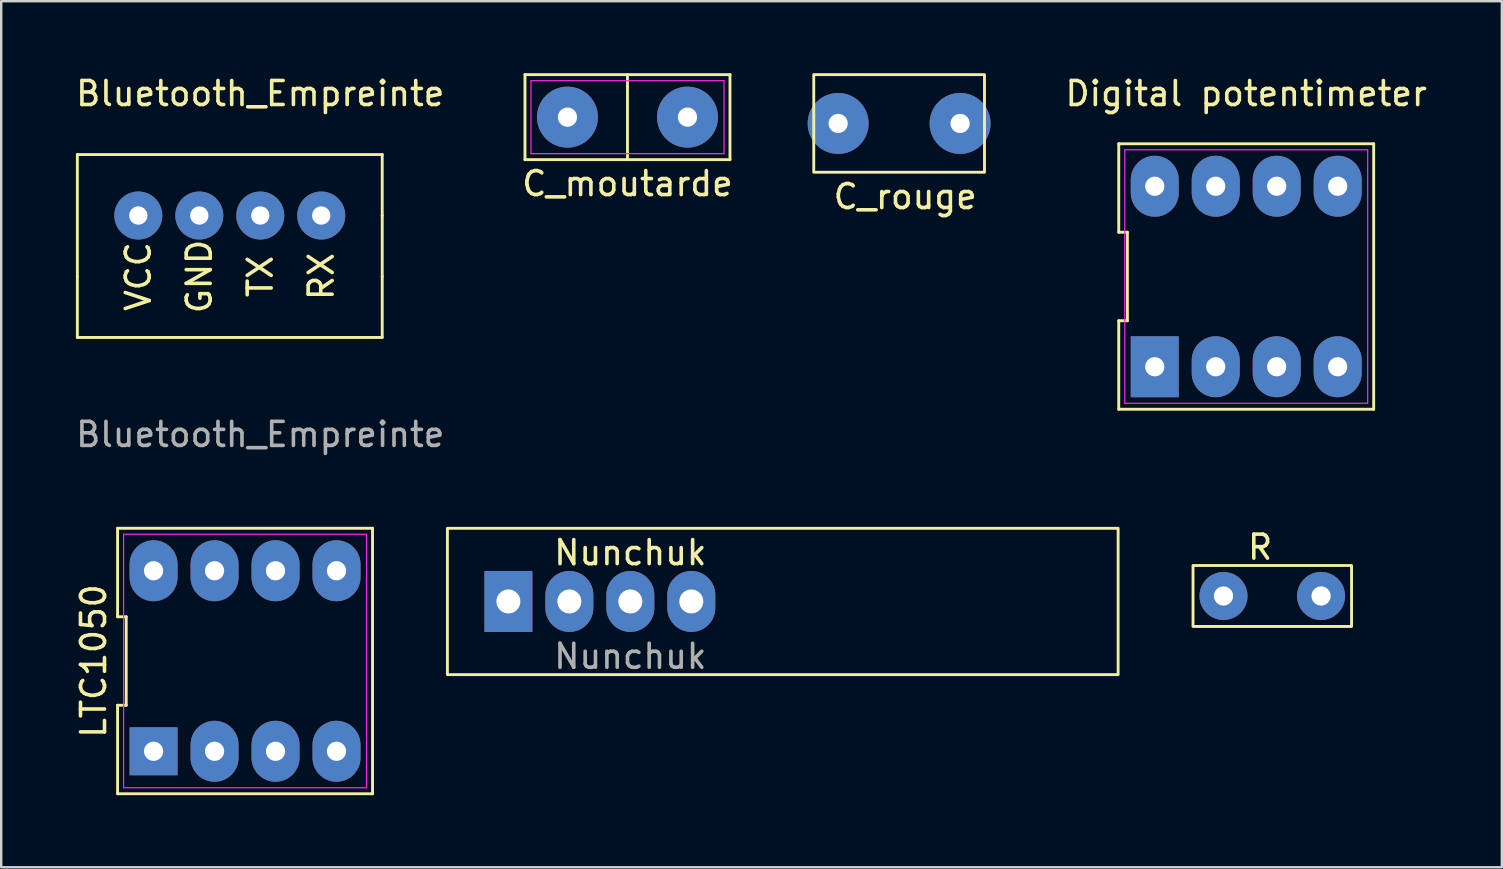
<source format=kicad_pcb>
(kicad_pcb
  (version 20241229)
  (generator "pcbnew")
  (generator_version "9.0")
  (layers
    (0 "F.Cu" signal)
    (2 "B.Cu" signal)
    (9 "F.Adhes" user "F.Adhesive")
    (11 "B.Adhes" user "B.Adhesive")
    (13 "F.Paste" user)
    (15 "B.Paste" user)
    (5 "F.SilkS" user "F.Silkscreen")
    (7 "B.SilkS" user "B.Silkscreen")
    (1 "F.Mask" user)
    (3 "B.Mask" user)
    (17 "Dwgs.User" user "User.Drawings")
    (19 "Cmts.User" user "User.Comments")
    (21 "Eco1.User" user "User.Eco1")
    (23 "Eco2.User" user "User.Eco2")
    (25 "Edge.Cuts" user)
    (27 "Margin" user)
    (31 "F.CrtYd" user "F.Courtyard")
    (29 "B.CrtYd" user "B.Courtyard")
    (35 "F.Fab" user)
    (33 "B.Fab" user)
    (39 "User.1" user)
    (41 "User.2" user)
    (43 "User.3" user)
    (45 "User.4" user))
  (footprint "Digital potentimeter"
    (layer "F.Cu")
    (at 48.864 8.468)
    (property "Reference" "Digital potentimeter" (at 0 -7.62 180) (layer "F.SilkS") (effects (font (size 1 1) (thickness 0.15))))
    (fp_line (start -5.31 -5.53) (end -5.31 -1.843) (stroke (width 0.12) (type solid)) (layer "F.SilkS"))
    (fp_line (start -5.31 -1.843) (end -4.95 -1.843) (stroke (width 0.12) (type solid)) (layer "F.SilkS"))
    (fp_line (start -5.31 1.843) (end -5.31 5.53) (stroke (width 0.12) (type solid)) (layer "F.SilkS"))
    (fp_line (start -5.31 5.53) (end 5.31 5.53) (stroke (width 0.12) (type solid)) (layer "F.SilkS"))
    (fp_line (start -4.95 -1.843) (end -4.95 1.843) (stroke (width 0.12) (type solid)) (layer "F.SilkS"))
    (fp_line (start -4.95 1.843) (end -5.31 1.843) (stroke (width 0.12) (type solid)) (layer "F.SilkS"))
    (fp_line (start 5.31 -5.53) (end -5.31 -5.53) (stroke (width 0.12) (type solid)) (layer "F.SilkS"))
    (fp_line (start 5.31 5.53) (end 5.31 -5.53) (stroke (width 0.12) (type solid)) (layer "F.SilkS"))
    (fp_line (start -5.06 -5.28) (end 5.06 -5.28) (stroke (width 0.05) (type solid)) (layer "F.CrtYd"))
    (fp_line (start -5.06 5.28) (end -5.06 -5.28) (stroke (width 0.05) (type solid)) (layer "F.CrtYd"))
    (fp_line (start 5.06 -5.28) (end 5.06 5.28) (stroke (width 0.05) (type solid)) (layer "F.CrtYd"))
    (fp_line (start 5.06 5.28) (end -5.06 5.28) (stroke (width 0.05) (type solid)) (layer "F.CrtYd"))
    (pad "1" thru_hole rect (at -3.81 3.76) (size 2 2.54) (drill 0.8) (layers "*.Cu" "*.Mask"))
    (pad "2" thru_hole oval (at -1.27 3.76) (size 2 2.54) (drill 0.8) (layers "*.Cu" "*.Mask"))
    (pad "3" thru_hole oval (at 1.27 3.76) (size 2 2.54) (drill 0.8) (layers "*.Cu" "*.Mask"))
    (pad "4" thru_hole oval (at 3.81 3.76) (size 2 2.54) (drill 0.8) (layers "*.Cu" "*.Mask"))
    (pad "5" thru_hole oval (at 3.81 -3.76) (size 2 2.54) (drill 0.8) (layers "*.Cu" "*.Mask"))
    (pad "6" thru_hole oval (at 1.27 -3.76) (size 2 2.54) (drill 0.8) (layers "*.Cu" "*.Mask"))
    (pad "7" thru_hole oval (at -1.27 -3.76) (size 2 2.54) (drill 0.8) (layers "*.Cu" "*.Mask"))
    (pad "8" thru_hole oval (at -3.81 -3.76) (size 2 2.54) (drill 0.8) (layers "*.Cu" "*.Mask")))
  (footprint "Nunchuk"
    (layer "F.Cu")
    (at 23.208 22.005)
    (property "Reference" "Nunchuk" (at 0 -2.032 0) (unlocked yes) (layer "F.SilkS") (effects (font (size 1 1) (thickness 0.15))))
    (attr through_hole)
    (fp_rect (start -7.62 -3.048) (end 20.32 3.048) (stroke (width 0.12) (type solid)) (fill no) (layer "F.SilkS"))
    (fp_text user "${REFERENCE}" (at 0 2.286 0) (unlocked yes) (layer "F.Fab") (effects (font (size 1 1) (thickness 0.15))))
    (pad "1" thru_hole rect (at -5.08 0) (size 2 2.54) (drill 1) (layers "*.Cu" "*.Mask"))
    (pad "2" thru_hole oval (at -2.54 0) (size 2 2.54) (drill 1) (layers "*.Cu" "*.Mask"))
    (pad "3" thru_hole oval (at 0 0) (size 2 2.54) (drill 1) (layers "*.Cu" "*.Mask"))
    (pad "4" thru_hole oval (at 2.54 0) (size 2 2.54) (drill 1) (layers "*.Cu" "*.Mask")))
  (footprint "C_rouge"
    (layer "F.Cu")
    (at 34.405 2.092)
    (property "Reference" "C_rouge" (at 0.254 3.048 0) (layer "F.SilkS") (effects (font (size 1 1) (thickness 0.15))))
    (fp_rect (start -3.556 -2.032) (end 3.556 2.032) (stroke (width 0.12) (type solid)) (fill no) (layer "F.SilkS"))
    (pad "1" thru_hole circle (at -2.54 0) (size 2.54 2.54) (drill 0.8) (layers "*.Cu" "*.Mask"))
    (pad "2" thru_hole circle (at 2.54 0) (size 2.54 2.54) (drill 0.8) (layers "*.Cu" "*.Mask")))
  (footprint "C_moutarde"
    (layer "F.Cu")
    (at 23.089 1.83)
    (property "Reference" "C_moutarde" (at 0 2.77 0) (layer "F.SilkS") (effects (font (size 1 1) (thickness 0.15))))
    (fp_line (start -4.27 -1.77) (end 4.27 -1.77) (stroke (width 0.12) (type solid)) (layer "F.SilkS"))
    (fp_line (start -4.27 1.77) (end -4.27 -1.77) (stroke (width 0.12) (type solid)) (layer "F.SilkS"))
    (fp_line (start 0 -1.77) (end 0 1.77) (stroke (width 0.12) (type solid)) (layer "F.SilkS"))
    (fp_line (start 4.27 -1.77) (end 4.27 1.77) (stroke (width 0.12) (type solid)) (layer "F.SilkS"))
    (fp_line (start 4.27 1.77) (end -4.27 1.77) (stroke (width 0.12) (type solid)) (layer "F.SilkS"))
    (fp_line (start -4.02 -1.52) (end 4.02 -1.52) (stroke (width 0.05) (type solid)) (layer "F.CrtYd"))
    (fp_line (start -4.02 1.52) (end -4.02 -1.52) (stroke (width 0.05) (type solid)) (layer "F.CrtYd"))
    (fp_line (start 4.02 -1.52) (end 4.02 1.52) (stroke (width 0.05) (type solid)) (layer "F.CrtYd"))
    (fp_line (start 4.02 1.52) (end -4.02 1.52) (stroke (width 0.05) (type solid)) (layer "F.CrtYd"))
    (pad "1" thru_hole circle (at -2.5 0) (size 2.54 2.54) (drill 0.8) (layers "*.Cu" "*.Mask"))
    (pad "2" thru_hole circle (at 2.5 0) (size 2.54 2.54) (drill 0.8) (layers "*.Cu" "*.Mask")))
  (footprint "R"
    (layer "F.Cu")
    (at 48.426 21.777)
    (property "Reference" "R" (at 1.016 -2.032 0) (layer "F.SilkS") (effects (font (size 1 1) (thickness 0.15))))
    (attr through_hole)
    (fp_rect (start -1.778 -1.27) (end 4.826 1.27) (stroke (width 0.12) (type solid)) (fill no) (layer "F.SilkS"))
    (pad "1" thru_hole circle (at -0.508 0) (size 2 2) (drill 0.8) (layers "*.Cu" "*.Mask"))
    (pad "2" thru_hole circle (at 3.556 0) (size 2 2) (drill 0.8) (layers "*.Cu" "*.Mask")))
  (footprint "Bluetooth_Empreinte"
    (layer "F.Cu")
    (at 7.792 8.468)
    (property "Reference" "Bluetooth_Empreinte" (at 0 -7.62 0) (unlocked yes) (layer "F.SilkS") (effects (font (size 1 1) (thickness 0.15))))
    (attr through_hole)
    (fp_line (start -7.62 0) (end -7.62 2.54) (stroke (width 0.12) (type solid)) (layer "F.SilkS"))
    (fp_line (start -7.62 2.54) (end 5.08 2.54) (stroke (width 0.12) (type solid)) (layer "F.SilkS"))
    (fp_line (start 5.08 0) (end 5.08 2.54) (stroke (width 0.12) (type solid)) (layer "F.SilkS"))
    (fp_rect (start -7.62 0) (end -7.62 -5.08) (stroke (width 0.12) (type solid)) (fill no) (layer "F.SilkS"))
    (fp_rect (start 5.08 -5.08) (end -7.62 -5.08) (stroke (width 0.12) (type solid)) (fill no) (layer "F.SilkS"))
    (fp_rect (start 5.08 -5.08) (end 5.08 -2.54) (stroke (width 0.12) (type solid)) (fill no) (layer "F.SilkS"))
    (fp_rect (start 5.08 -2.54) (end 5.08 0) (stroke (width 0.12) (type solid)) (fill no) (layer "F.SilkS"))
    (fp_text user "VCC" (at -5.08 0 90) (unlocked yes) (layer "F.SilkS") (effects (font (size 1 1) (thickness 0.15))))
    (fp_text user "TX" (at 0 0 90) (unlocked yes) (layer "F.SilkS") (effects (font (size 1 1) (thickness 0.15))))
    (fp_text user "GND" (at -2.54 0 90) (unlocked yes) (layer "F.SilkS") (effects (font (size 1 1) (thickness 0.15))))
    (fp_text user "RX" (at 2.54 0 90) (unlocked yes) (layer "F.SilkS") (effects (font (size 1 1) (thickness 0.15))))
    (fp_text user "${REFERENCE}" (at 0 6.58 0) (unlocked yes) (layer "F.Fab") (effects (font (size 1 1) (thickness 0.15))))
    (pad "1" thru_hole circle (at -5.08 -2.54) (size 2 2) (drill 0.762) (layers "*.Cu" "*.Mask"))
    (pad "2" thru_hole circle (at -2.54 -2.54) (size 2 2) (drill 0.762) (layers "*.Cu" "*.Mask"))
    (pad "3" thru_hole circle (at 0 -2.54) (size 2 2) (drill 0.762) (layers "*.Cu" "*.Mask"))
    (pad "4" thru_hole circle (at 2.54 -2.54) (size 2 2) (drill 0.762) (layers "*.Cu" "*.Mask")))
  (footprint "LTC1050"
    (layer "F.Cu")
    (at 7.158 24.486)
    (property "Reference" "LTC1050" (at -6.31 0 90) (layer "F.SilkS") (effects (font (size 1 1) (thickness 0.15))))
    (fp_line (start -5.31 -5.53) (end -5.31 -1.843) (stroke (width 0.12) (type solid)) (layer "F.SilkS"))
    (fp_line (start -5.31 -1.843) (end -4.95 -1.843) (stroke (width 0.12) (type solid)) (layer "F.SilkS"))
    (fp_line (start -5.31 1.843) (end -5.31 5.53) (stroke (width 0.12) (type solid)) (layer "F.SilkS"))
    (fp_line (start -5.31 5.53) (end 5.31 5.53) (stroke (width 0.12) (type solid)) (layer "F.SilkS"))
    (fp_line (start -4.95 -1.843) (end -4.95 1.843) (stroke (width 0.12) (type solid)) (layer "F.SilkS"))
    (fp_line (start -4.95 1.843) (end -5.31 1.843) (stroke (width 0.12) (type solid)) (layer "F.SilkS"))
    (fp_line (start 5.31 -5.53) (end -5.31 -5.53) (stroke (width 0.12) (type solid)) (layer "F.SilkS"))
    (fp_line (start 5.31 5.53) (end 5.31 -5.53) (stroke (width 0.12) (type solid)) (layer "F.SilkS"))
    (fp_line (start -5.06 -5.28) (end 5.06 -5.28) (stroke (width 0.05) (type solid)) (layer "F.CrtYd"))
    (fp_line (start -5.06 5.28) (end -5.06 -5.28) (stroke (width 0.05) (type solid)) (layer "F.CrtYd"))
    (fp_line (start 5.06 -5.28) (end 5.06 5.28) (stroke (width 0.05) (type solid)) (layer "F.CrtYd"))
    (fp_line (start 5.06 5.28) (end -5.06 5.28) (stroke (width 0.05) (type solid)) (layer "F.CrtYd"))
    (pad "1" thru_hole rect (at -3.81 3.76) (size 2 2) (drill 0.8) (layers "*.Cu" "*.Mask"))
    (pad "2" thru_hole oval (at -1.27 3.76) (size 2 2.54) (drill 0.8) (layers "*.Cu" "*.Mask"))
    (pad "3" thru_hole oval (at 1.27 3.76) (size 2 2.54) (drill 0.8) (layers "*.Cu" "*.Mask"))
    (pad "4" thru_hole oval (at 3.81 3.76) (size 2 2.54) (drill 0.8) (layers "*.Cu" "*.Mask"))
    (pad "5" thru_hole oval (at 3.81 -3.76) (size 2 2.54) (drill 0.8) (layers "*.Cu" "*.Mask"))
    (pad "6" thru_hole oval (at 1.27 -3.76) (size 2 2.54) (drill 0.8) (layers "*.Cu" "*.Mask"))
    (pad "7" thru_hole oval (at -1.27 -3.76) (size 2 2.54) (drill 0.8) (layers "*.Cu" "*.Mask"))
    (pad "8" thru_hole oval (at -3.81 -3.76) (size 2 2.54) (drill 0.8) (layers "*.Cu" "*.Mask")))
  (gr_rect
    (start -3 -3)
    (end 59.513 33.077)
    (stroke (width 0.1) (type default))
    (fill no)
    (layer "Edge.Cuts")))
</source>
